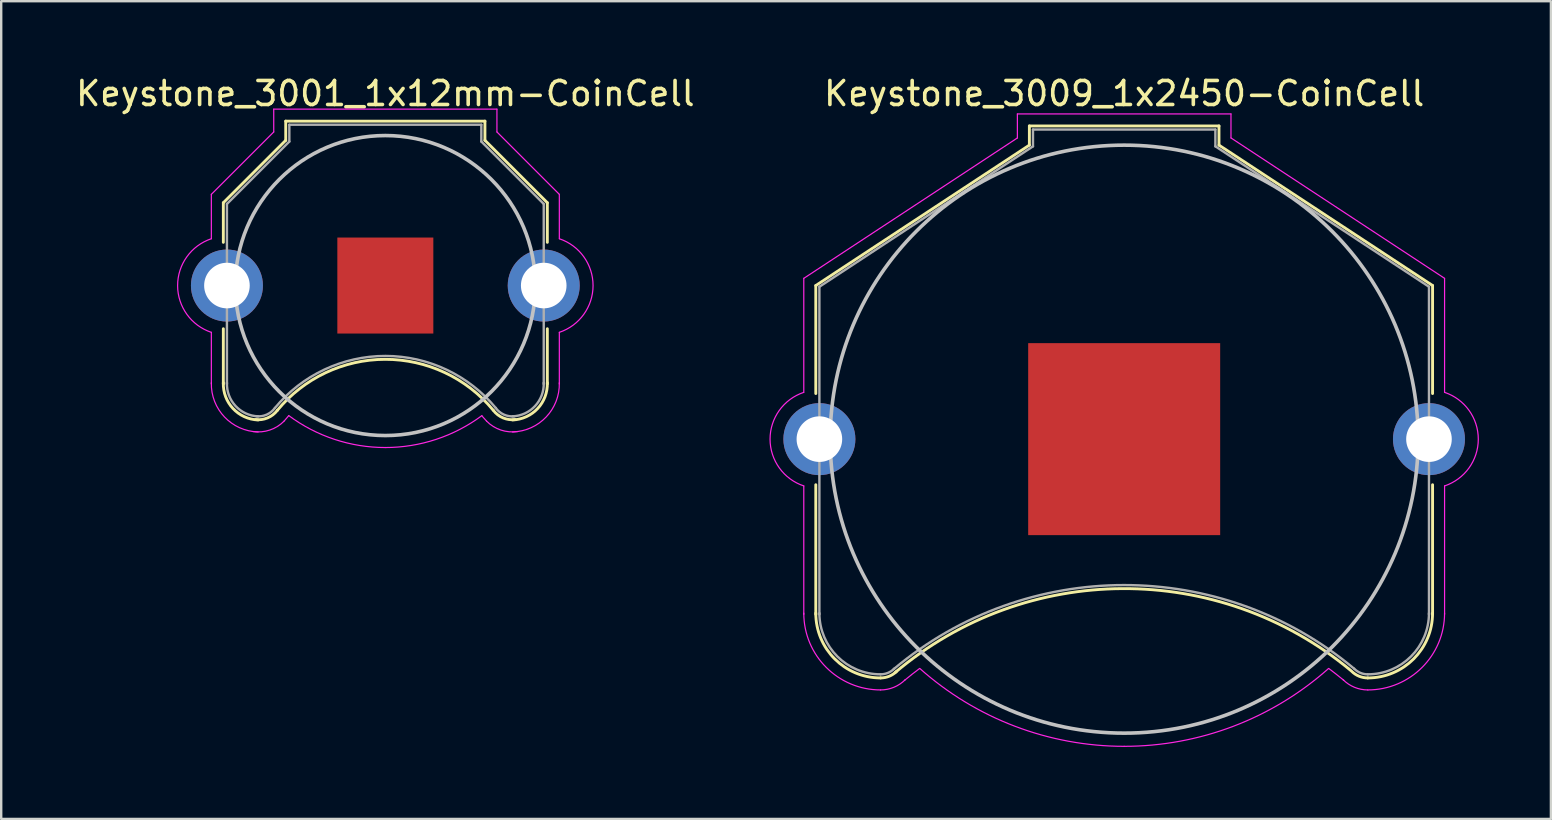
<source format=kicad_pcb>
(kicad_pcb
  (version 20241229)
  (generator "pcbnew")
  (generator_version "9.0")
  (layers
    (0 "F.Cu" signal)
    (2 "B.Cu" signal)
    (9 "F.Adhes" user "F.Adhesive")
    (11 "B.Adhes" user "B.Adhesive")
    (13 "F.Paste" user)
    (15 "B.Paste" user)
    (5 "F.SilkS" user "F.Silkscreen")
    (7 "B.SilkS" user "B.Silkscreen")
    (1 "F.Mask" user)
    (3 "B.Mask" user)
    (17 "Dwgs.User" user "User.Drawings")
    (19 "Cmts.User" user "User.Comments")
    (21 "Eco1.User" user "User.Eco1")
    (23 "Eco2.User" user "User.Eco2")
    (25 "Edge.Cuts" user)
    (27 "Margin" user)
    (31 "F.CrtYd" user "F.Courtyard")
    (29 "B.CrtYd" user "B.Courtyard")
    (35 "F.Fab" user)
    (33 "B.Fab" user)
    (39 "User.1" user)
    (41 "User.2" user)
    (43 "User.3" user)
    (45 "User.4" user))
  (footprint "Keystone_3001_1x12mm-CoinCell"
    (layer "F.Cu")
    (at 13.006 8.848)
    (property "Reference" "Keystone_3001_1x12mm-CoinCell" (at 0 -8 0) (layer "F.SilkS") (effects (font (size 1 1) (thickness 0.15))))
    (attr through_hole)
    (fp_line (start -6.75 -3.45) (end -4.15 -6.05) (stroke (width 0.12) (type solid)) (layer "F.SilkS"))
    (fp_line (start -6.75 -1.8) (end -6.75 -3.45) (stroke (width 0.12) (type solid)) (layer "F.SilkS"))
    (fp_line (start -6.75 1.8) (end -6.75 4.1) (stroke (width 0.12) (type solid)) (layer "F.SilkS"))
    (fp_line (start -4.15 -6.85) (end 4.15 -6.85) (stroke (width 0.12) (type solid)) (layer "F.SilkS"))
    (fp_line (start -4.15 -6.05) (end -4.15 -6.85) (stroke (width 0.12) (type solid)) (layer "F.SilkS"))
    (fp_line (start 4.15 -6.85) (end 4.15 -6.05) (stroke (width 0.12) (type solid)) (layer "F.SilkS"))
    (fp_line (start 4.15 -6.05) (end 6.75 -3.45) (stroke (width 0.12) (type solid)) (layer "F.SilkS"))
    (fp_line (start 6.75 -3.45) (end 6.75 -1.8) (stroke (width 0.12) (type solid)) (layer "F.SilkS"))
    (fp_line (start 6.75 1.8) (end 6.75 4.1) (stroke (width 0.12) (type solid)) (layer "F.SilkS"))
    (fp_arc (start -5.3 5.6) (mid -6.346016 5.125305) (end -6.75 4.05) (stroke (width 0.12) (type solid)) (layer "F.SilkS"))
    (fp_arc (start -4.5 5.2) (mid -4.90584 5.514615) (end -5.414615 5.58416) (stroke (width 0.12) (type solid)) (layer "F.SilkS"))
    (fp_arc (start -4.5 5.2) (mid -0.007341 3.0742) (end 4.490661 5.188671) (stroke (width 0.12) (type solid)) (layer "F.SilkS"))
    (fp_arc (start 5.414615 5.58416) (mid 4.90584 5.514615) (end 4.5 5.2) (stroke (width 0.12) (type solid)) (layer "F.SilkS"))
    (fp_arc (start 6.75 4.05) (mid 6.346016 5.125305) (end 5.3 5.6) (stroke (width 0.12) (type solid)) (layer "F.SilkS"))
    (fp_circle (center 0 0) (end 0 6.25) (stroke (width 0.15) (type solid)) (fill no) (layer "Dwgs.User"))
    (fp_line (start -7.25 -3.8) (end -4.65 -6.4) (stroke (width 0.05) (type solid)) (layer "F.CrtYd"))
    (fp_line (start -7.25 -1.95) (end -7.25 -3.8) (stroke (width 0.05) (type solid)) (layer "F.CrtYd"))
    (fp_line (start -7.25 1.95) (end -7.25 4.1) (stroke (width 0.05) (type solid)) (layer "F.CrtYd"))
    (fp_line (start -4.65 -7.35) (end 4.65 -7.35) (stroke (width 0.05) (type solid)) (layer "F.CrtYd"))
    (fp_line (start -4.65 -6.4) (end -4.65 -7.35) (stroke (width 0.05) (type solid)) (layer "F.CrtYd"))
    (fp_line (start 4.65 -6.4) (end 4.65 -7.35) (stroke (width 0.05) (type solid)) (layer "F.CrtYd"))
    (fp_line (start 7.25 -3.8) (end 4.65 -6.4) (stroke (width 0.05) (type solid)) (layer "F.CrtYd"))
    (fp_line (start 7.25 -1.95) (end 7.25 -3.8) (stroke (width 0.05) (type solid)) (layer "F.CrtYd"))
    (fp_line (start 7.25 1.95) (end 7.25 4.1) (stroke (width 0.05) (type solid)) (layer "F.CrtYd"))
    (fp_arc (start -7.25 1.95) (mid -8.655479 0.002334) (end -7.254426 -1.948519) (stroke (width 0.05) (type solid)) (layer "F.CrtYd"))
    (fp_arc (start -5.3 6.1) (mid -6.699569 5.478858) (end -7.25 4.05) (stroke (width 0.05) (type solid)) (layer "F.CrtYd"))
    (fp_arc (start -4.22 5.65) (mid -4.814553 6.021742) (end -5.513125 6.082436) (stroke (width 0.05) (type solid)) (layer "F.CrtYd"))
    (fp_arc (start -4.22 5.65) (mid -4.123743 5.534157) (end -4.024388 5.42096) (stroke (width 0.05) (type solid)) (layer "F.CrtYd"))
    (fp_arc (start 0 6.75) (mid -2.119449 6.408622) (end -4.024518 5.419018) (stroke (width 0.05) (type solid)) (layer "F.CrtYd"))
    (fp_arc (start 4.024518 5.419018) (mid 2.119449 6.408622) (end 0 6.75) (stroke (width 0.05) (type solid)) (layer "F.CrtYd"))
    (fp_arc (start 4.02471 5.432858) (mid 4.123824 5.540108) (end 4.22 5.65) (stroke (width 0.05) (type solid)) (layer "F.CrtYd"))
    (fp_arc (start 5.513125 6.082436) (mid 4.814553 6.021742) (end 4.22 5.65) (stroke (width 0.05) (type solid)) (layer "F.CrtYd"))
    (fp_arc (start 7.25 4.05) (mid 6.699569 5.478858) (end 5.3 6.1) (stroke (width 0.05) (type solid)) (layer "F.CrtYd"))
    (fp_arc (start 7.254426 -1.948519) (mid 8.655479 0.002334) (end 7.25 1.95) (stroke (width 0.05) (type solid)) (layer "F.CrtYd"))
    (fp_line (start -6.6 -3.4) (end -6.6 4.1) (stroke (width 0.1) (type solid)) (layer "F.Fab"))
    (fp_line (start -4 -6.7) (end -4 -6) (stroke (width 0.1) (type solid)) (layer "F.Fab"))
    (fp_line (start -4 -6.7) (end 4 -6.7) (stroke (width 0.1) (type solid)) (layer "F.Fab"))
    (fp_line (start -4 -6) (end -6.6 -3.4) (stroke (width 0.1) (type solid)) (layer "F.Fab"))
    (fp_line (start 4 -6.7) (end 4 -6) (stroke (width 0.1) (type solid)) (layer "F.Fab"))
    (fp_line (start 4 -6) (end 6.6 -3.4) (stroke (width 0.1) (type solid)) (layer "F.Fab"))
    (fp_line (start 6.6 -3.4) (end 6.6 4.1) (stroke (width 0.1) (type solid)) (layer "F.Fab"))
    (fp_arc (start -5.3 5.45) (mid -6.239949 5.019239) (end -6.6 4.05) (stroke (width 0.1) (type solid)) (layer "F.Fab"))
    (fp_arc (start -4.6 5.1) (mid -4.942443 5.378013) (end -5.378013 5.447558) (stroke (width 0.1) (type solid)) (layer "F.Fab"))
    (fp_arc (start -4.6 5.1) (mid 0.006214 2.93343) (end 4.607905 5.109589) (stroke (width 0.1) (type solid)) (layer "F.Fab"))
    (fp_arc (start 5.378013 5.447558) (mid 4.942442 5.378013) (end 4.6 5.1) (stroke (width 0.1) (type solid)) (layer "F.Fab"))
    (fp_arc (start 6.6 4.05) (mid 6.239949 5.019239) (end 5.3 5.45) (stroke (width 0.1) (type solid)) (layer "F.Fab"))
    (pad "1" thru_hole circle (at -6.6 0) (size 3 3) (drill 1.9) (layers "*.Cu" "*.Mask"))
    (pad "1" thru_hole circle (at 6.6 0) (size 3 3) (drill 1.9) (layers "*.Cu" "*.Mask"))
    (pad "2" smd rect (at 0 0) (size 4 4) (layers "F.Cu" "F.Mask")))
  (footprint "Keystone_3009_1x2450-CoinCell"
    (layer "F.Cu")
    (at 43.792 15.248)
    (property "Reference" "Keystone_3009_1x2450-CoinCell" (at 0 -14.4 0) (layer "F.SilkS") (effects (font (size 1 1) (thickness 0.15))))
    (attr through_hole)
    (fp_line (start -12.85 -6.4) (end -12.85 -1.9) (stroke (width 0.12) (type solid)) (layer "F.SilkS"))
    (fp_line (start -12.85 1.9) (end -12.85 7.3) (stroke (width 0.12) (type solid)) (layer "F.SilkS"))
    (fp_line (start -3.95 -13.05) (end -3.95 -12.25) (stroke (width 0.12) (type solid)) (layer "F.SilkS"))
    (fp_line (start -3.95 -13.05) (end 3.95 -13.05) (stroke (width 0.12) (type solid)) (layer "F.SilkS"))
    (fp_line (start -3.95 -12.25) (end -12.85 -6.4) (stroke (width 0.12) (type solid)) (layer "F.SilkS"))
    (fp_line (start 3.95 -13.05) (end 3.95 -12.25) (stroke (width 0.12) (type solid)) (layer "F.SilkS"))
    (fp_line (start 3.95 -12.25) (end 12.85 -6.4) (stroke (width 0.12) (type solid)) (layer "F.SilkS"))
    (fp_line (start 12.85 -6.4) (end 12.85 -1.9) (stroke (width 0.12) (type solid)) (layer "F.SilkS"))
    (fp_line (start 12.85 1.9) (end 12.85 7.3) (stroke (width 0.12) (type solid)) (layer "F.SilkS"))
    (fp_arc (start -10.15 9.95) (mid -12.059188 9.159188) (end -12.85 7.25) (stroke (width 0.12) (type solid)) (layer "F.SilkS"))
    (fp_arc (start -9.55 9.73) (mid -0.071508 6.228057) (end 9.440443 9.638071) (stroke (width 0.12) (type solid)) (layer "F.SilkS"))
    (fp_arc (start -9.478249 9.671751) (mid -9.786451 9.877685) (end -10.15 9.95) (stroke (width 0.12) (type solid)) (layer "F.SilkS"))
    (fp_arc (start 10.15 9.95) (mid 9.786451 9.877686) (end 9.478249 9.671751) (stroke (width 0.12) (type solid)) (layer "F.SilkS"))
    (fp_arc (start 12.85 7.25) (mid 12.059188 9.159188) (end 10.15 9.95) (stroke (width 0.12) (type solid)) (layer "F.SilkS"))
    (fp_circle (center 0 0) (end 12.25 0) (stroke (width 0.15) (type solid)) (fill no) (layer "Dwgs.User"))
    (fp_line (start -13.35 -6.7) (end -13.35 -1.95) (stroke (width 0.05) (type solid)) (layer "F.CrtYd"))
    (fp_line (start -13.35 1.95) (end -13.35 7.3) (stroke (width 0.05) (type solid)) (layer "F.CrtYd"))
    (fp_line (start -4.45 -13.55) (end -4.45 -12.55) (stroke (width 0.05) (type solid)) (layer "F.CrtYd"))
    (fp_line (start -4.45 -13.55) (end 4.45 -13.55) (stroke (width 0.05) (type solid)) (layer "F.CrtYd"))
    (fp_line (start -4.45 -12.55) (end -13.35 -6.7) (stroke (width 0.05) (type solid)) (layer "F.CrtYd"))
    (fp_line (start 4.45 -13.55) (end 4.45 -12.55) (stroke (width 0.05) (type solid)) (layer "F.CrtYd"))
    (fp_line (start 4.45 -12.55) (end 13.35 -6.7) (stroke (width 0.05) (type solid)) (layer "F.CrtYd"))
    (fp_line (start 13.35 -6.7) (end 13.35 -1.95) (stroke (width 0.05) (type solid)) (layer "F.CrtYd"))
    (fp_line (start 13.35 1.95) (end 13.35 7.3) (stroke (width 0.05) (type solid)) (layer "F.CrtYd"))
    (fp_arc (start -13.35 1.95) (mid -14.755479 0.002334) (end -13.354426 -1.948519) (stroke (width 0.05) (type solid)) (layer "F.CrtYd"))
    (fp_arc (start -10.15 10.45) (mid -12.412742 9.512742) (end -13.35 7.25) (stroke (width 0.05) (type solid)) (layer "F.CrtYd"))
    (fp_arc (start -9.15 10.05) (mid -8.840691 9.798786) (end -8.524488 9.556307) (stroke (width 0.05) (type solid)) (layer "F.CrtYd"))
    (fp_arc (start -9.124695 10.025305) (mid -9.595109 10.339626) (end -10.15 10.45) (stroke (width 0.05) (type solid)) (layer "F.CrtYd"))
    (fp_arc (start 0 12.8) (mid -4.55581 11.961797) (end -8.514949 9.556969) (stroke (width 0.05) (type solid)) (layer "F.CrtYd"))
    (fp_arc (start 8.514949 9.556969) (mid 4.55581 11.961798) (end 0 12.8) (stroke (width 0.05) (type solid)) (layer "F.CrtYd"))
    (fp_arc (start 8.524488 9.556307) (mid 8.840691 9.798786) (end 9.15 10.05) (stroke (width 0.05) (type solid)) (layer "F.CrtYd"))
    (fp_arc (start 10.15 10.45) (mid 9.595109 10.339625) (end 9.124695 10.025305) (stroke (width 0.05) (type solid)) (layer "F.CrtYd"))
    (fp_arc (start 13.35 7.25) (mid 12.412742 9.512742) (end 10.15 10.45) (stroke (width 0.05) (type solid)) (layer "F.CrtYd"))
    (fp_arc (start 13.354426 -1.948519) (mid 14.755479 0.002334) (end 13.35 1.95) (stroke (width 0.05) (type solid)) (layer "F.CrtYd"))
    (fp_line (start -12.7 -6.35) (end -12.7 7.3) (stroke (width 0.1) (type solid)) (layer "F.Fab"))
    (fp_line (start -3.8 -12.9) (end -3.8 -12.2) (stroke (width 0.1) (type solid)) (layer "F.Fab"))
    (fp_line (start -3.8 -12.9) (end 3.8 -12.9) (stroke (width 0.1) (type solid)) (layer "F.Fab"))
    (fp_line (start -3.8 -12.2) (end -12.7 -6.35) (stroke (width 0.1) (type solid)) (layer "F.Fab"))
    (fp_line (start 3.8 -12.9) (end 3.8 -12.2) (stroke (width 0.1) (type solid)) (layer "F.Fab"))
    (fp_line (start 3.8 -12.2) (end 12.7 -6.35) (stroke (width 0.1) (type solid)) (layer "F.Fab"))
    (fp_line (start 12.7 -6.35) (end 12.7 7.3) (stroke (width 0.1) (type solid)) (layer "F.Fab"))
    (fp_arc (start -10.15 9.8) (mid -11.953122 9.053122) (end -12.7 7.25) (stroke (width 0.1) (type solid)) (layer "F.Fab"))
    (fp_arc (start -9.6 9.58) (mid -0.013392 6.081011) (end 9.579482 9.562783) (stroke (width 0.1) (type solid)) (layer "F.Fab"))
    (fp_arc (start -9.584315 9.565685) (mid -9.843853 9.739103) (end -10.15 9.8) (stroke (width 0.1) (type solid)) (layer "F.Fab"))
    (fp_arc (start 10.15 9.8) (mid 9.843853 9.739104) (end 9.584315 9.565685) (stroke (width 0.1) (type solid)) (layer "F.Fab"))
    (fp_arc (start 12.7 7.25) (mid 11.953122 9.053122) (end 10.15 9.8) (stroke (width 0.1) (type solid)) (layer "F.Fab"))
    (pad "1" thru_hole circle (at -12.7 0) (size 3 3) (drill 1.9) (layers "*.Cu" "*.Mask"))
    (pad "1" thru_hole circle (at 12.7 0) (size 3 3) (drill 1.9) (layers "*.Cu" "*.Mask"))
    (pad "2" smd rect (at 0 0) (size 8 8) (layers "F.Cu" "F.Mask")))
  (gr_rect
    (start -3 -3)
    (end 61.573 31.073)
    (stroke (width 0.1) (type default))
    (fill no)
    (layer "Edge.Cuts")))
</source>
